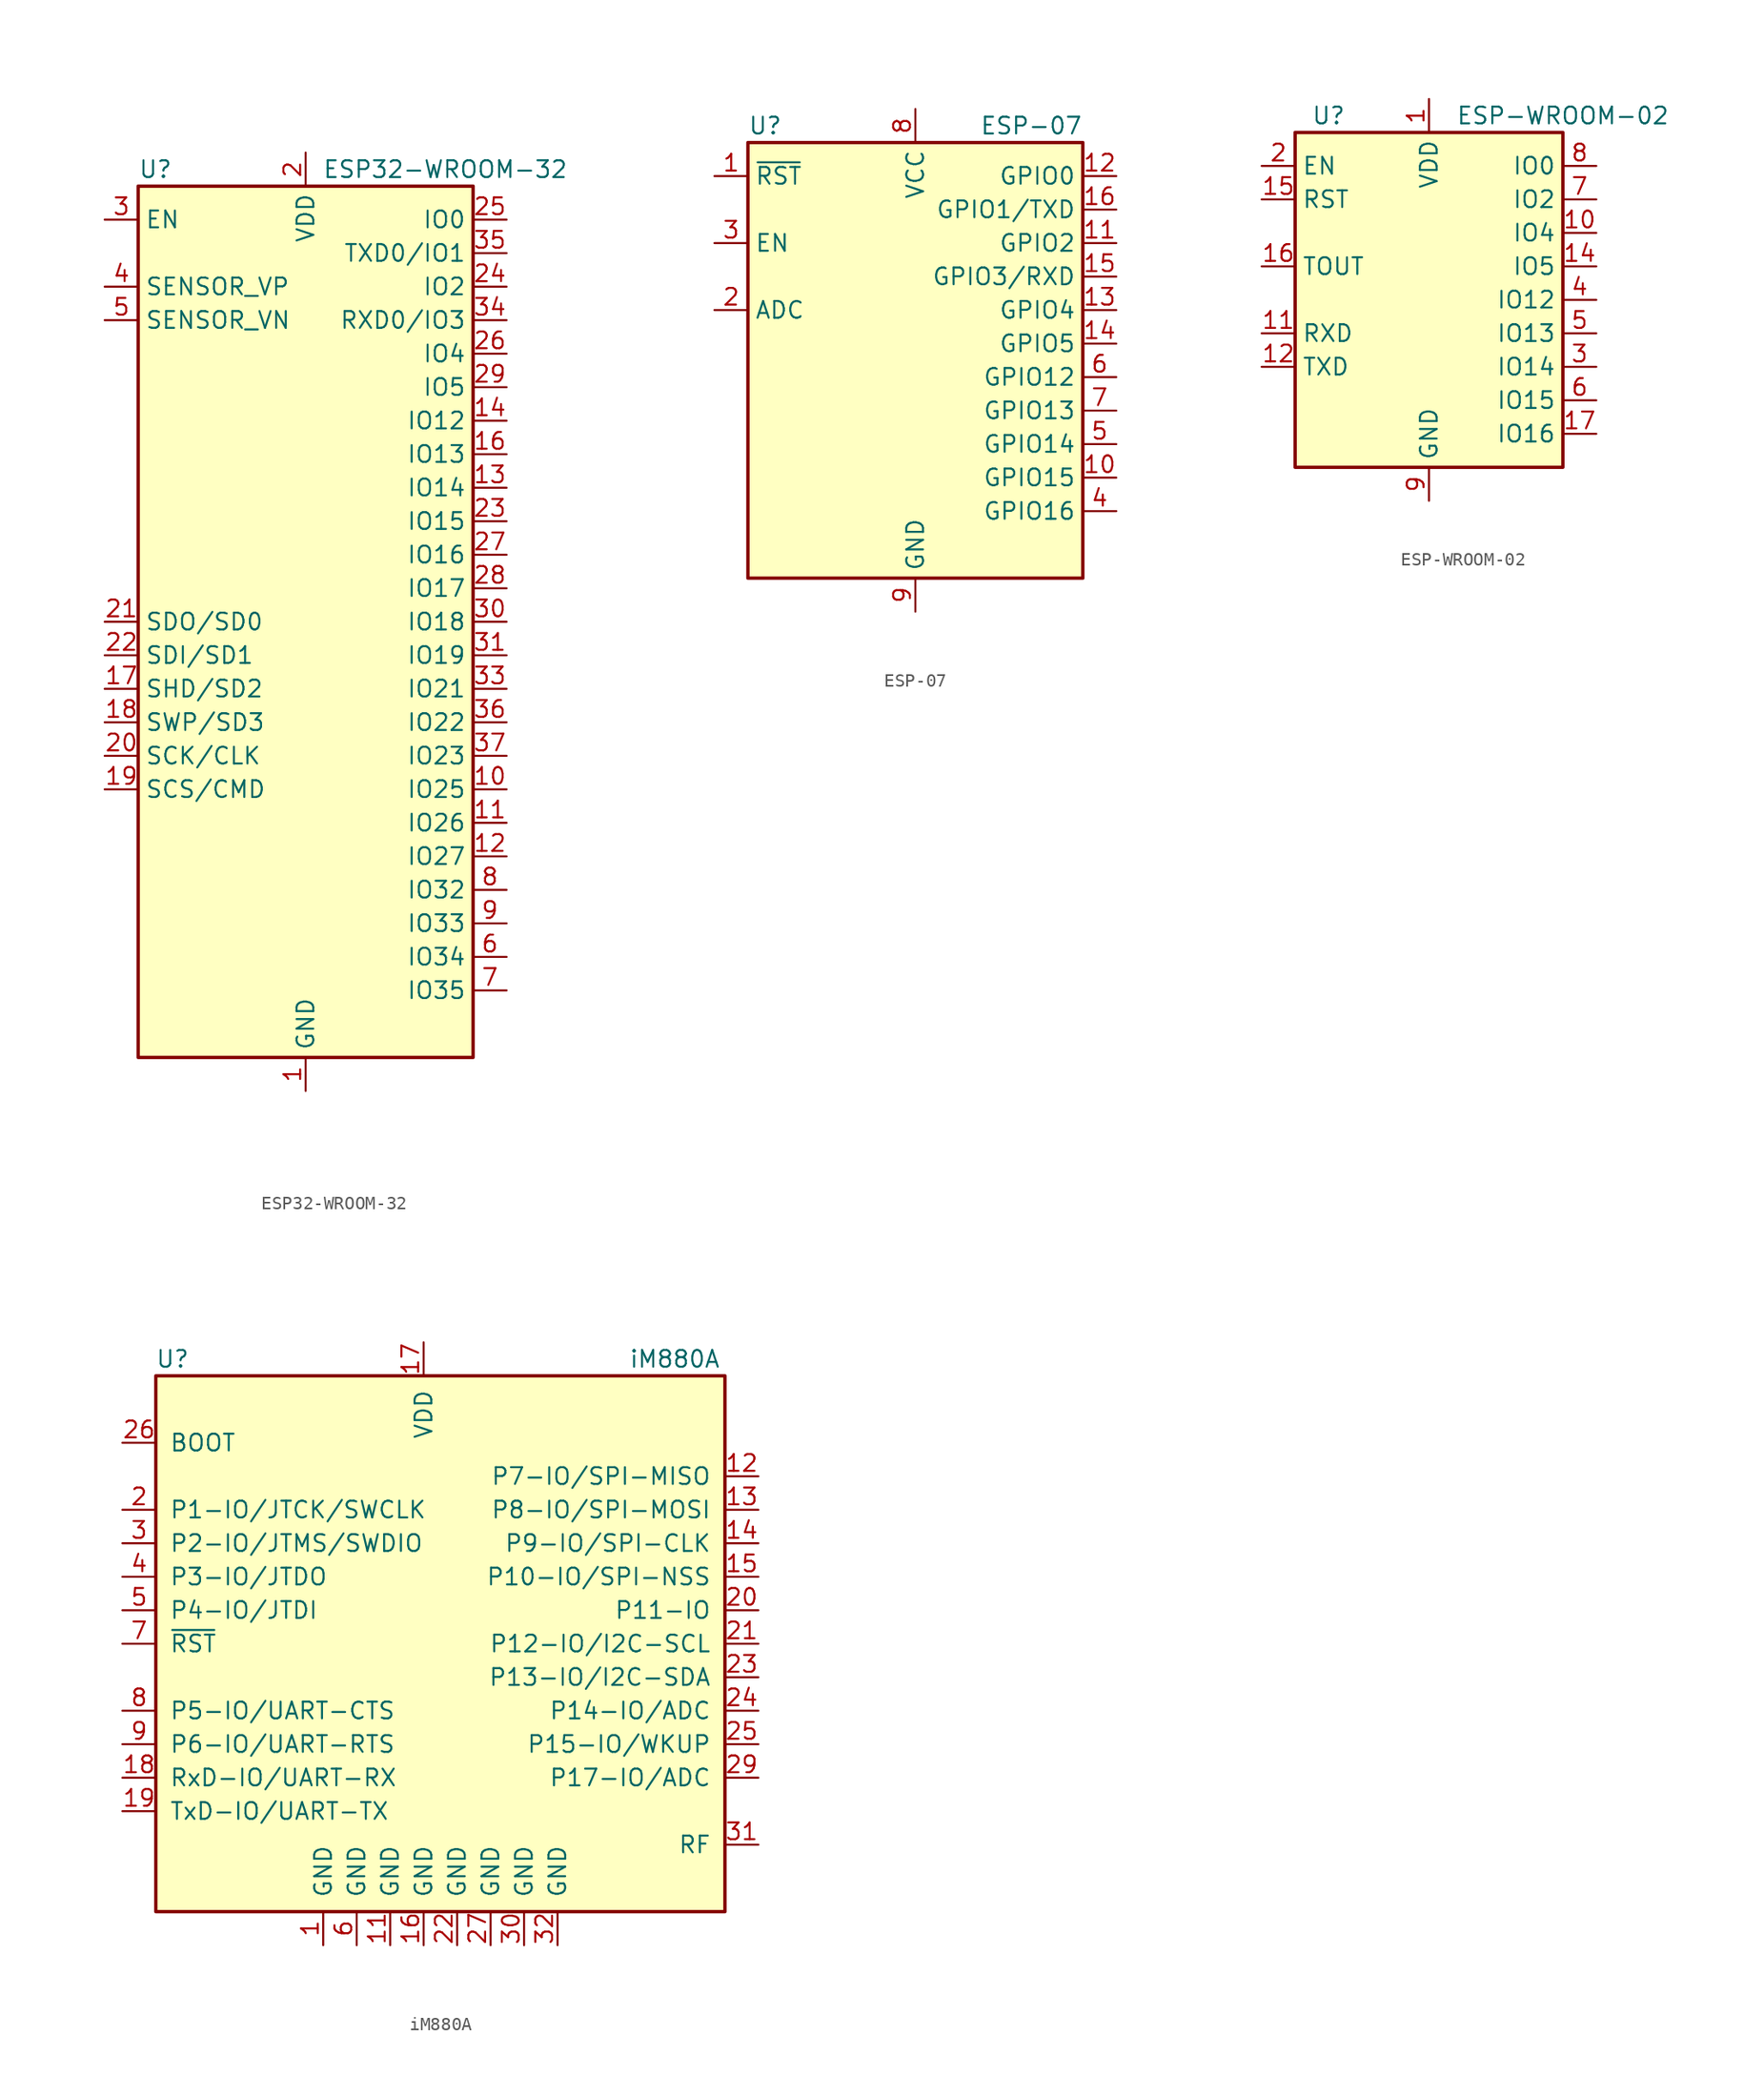
<source format=kicad_sym>
(kicad_symbol_lib
  (version 20201005)
  (generator kicad_symbol_editor)
  (symbol "ESP32-WROOM-32"
    (property "Reference" "U"
      (at -12.7 34.29 0)
      (effects (font (size 1.27 1.27)) (justify left)))
    (property "Value" "ESP32-WROOM-32"
      (at 1.27 34.29 0)
      (effects (font (size 1.27 1.27)) (justify left)))
    (symbol "ESP32-WROOM-32_0_1"
      (rectangle (start -12.7 33.02) (end 12.7 -33.02) (stroke (width 0.254)) (fill (type background))))
    (symbol "ESP32-WROOM-32_1_1"
      (pin power_in line (at 0 -35.56 90) (length 2.54) (name "GND" (effects (font (size 1.27 1.27)))) (number "1" (effects (font (size 1.27 1.27)))))
      (pin bidirectional line (at 15.24 -12.7 180) (length 2.54) (name "IO25" (effects (font (size 1.27 1.27)))) (number "10" (effects (font (size 1.27 1.27)))))
      (pin bidirectional line (at 15.24 -15.24 180) (length 2.54) (name "IO26" (effects (font (size 1.27 1.27)))) (number "11" (effects (font (size 1.27 1.27)))))
      (pin bidirectional line (at 15.24 -17.78 180) (length 2.54) (name "IO27" (effects (font (size 1.27 1.27)))) (number "12" (effects (font (size 1.27 1.27)))))
      (pin bidirectional line (at 15.24 10.16 180) (length 2.54) (name "IO14" (effects (font (size 1.27 1.27)))) (number "13" (effects (font (size 1.27 1.27)))))
      (pin bidirectional line (at 15.24 15.24 180) (length 2.54) (name "IO12" (effects (font (size 1.27 1.27)))) (number "14" (effects (font (size 1.27 1.27)))))
      (pin passive line (at 0 -35.56 90) (length 2.54) hide (name "GND" (effects (font (size 1.27 1.27)))) (number "15" (effects (font (size 1.27 1.27)))))
      (pin bidirectional line (at 15.24 12.7 180) (length 2.54) (name "IO13" (effects (font (size 1.27 1.27)))) (number "16" (effects (font (size 1.27 1.27)))))
      (pin bidirectional line (at -15.24 -5.08 0) (length 2.54) (name "SHD/SD2" (effects (font (size 1.27 1.27)))) (number "17" (effects (font (size 1.27 1.27)))))
      (pin bidirectional line (at -15.24 -7.62 0) (length 2.54) (name "SWP/SD3" (effects (font (size 1.27 1.27)))) (number "18" (effects (font (size 1.27 1.27)))))
      (pin bidirectional line (at -15.24 -12.7 0) (length 2.54) (name "SCS/CMD" (effects (font (size 1.27 1.27)))) (number "19" (effects (font (size 1.27 1.27)))))
      (pin power_in line (at 0 35.56 270) (length 2.54) (name "VDD" (effects (font (size 1.27 1.27)))) (number "2" (effects (font (size 1.27 1.27)))))
      (pin bidirectional line (at -15.24 -10.16 0) (length 2.54) (name "SCK/CLK" (effects (font (size 1.27 1.27)))) (number "20" (effects (font (size 1.27 1.27)))))
      (pin bidirectional line (at -15.24 0 0) (length 2.54) (name "SDO/SD0" (effects (font (size 1.27 1.27)))) (number "21" (effects (font (size 1.27 1.27)))))
      (pin bidirectional line (at -15.24 -2.54 0) (length 2.54) (name "SDI/SD1" (effects (font (size 1.27 1.27)))) (number "22" (effects (font (size 1.27 1.27)))))
      (pin bidirectional line (at 15.24 7.62 180) (length 2.54) (name "IO15" (effects (font (size 1.27 1.27)))) (number "23" (effects (font (size 1.27 1.27)))))
      (pin bidirectional line (at 15.24 25.4 180) (length 2.54) (name "IO2" (effects (font (size 1.27 1.27)))) (number "24" (effects (font (size 1.27 1.27)))))
      (pin bidirectional line (at 15.24 30.48 180) (length 2.54) (name "IO0" (effects (font (size 1.27 1.27)))) (number "25" (effects (font (size 1.27 1.27)))))
      (pin bidirectional line (at 15.24 20.32 180) (length 2.54) (name "IO4" (effects (font (size 1.27 1.27)))) (number "26" (effects (font (size 1.27 1.27)))))
      (pin bidirectional line (at 15.24 5.08 180) (length 2.54) (name "IO16" (effects (font (size 1.27 1.27)))) (number "27" (effects (font (size 1.27 1.27)))))
      (pin bidirectional line (at 15.24 2.54 180) (length 2.54) (name "IO17" (effects (font (size 1.27 1.27)))) (number "28" (effects (font (size 1.27 1.27)))))
      (pin bidirectional line (at 15.24 17.78 180) (length 2.54) (name "IO5" (effects (font (size 1.27 1.27)))) (number "29" (effects (font (size 1.27 1.27)))))
      (pin input line (at -15.24 30.48 0) (length 2.54) (name "EN" (effects (font (size 1.27 1.27)))) (number "3" (effects (font (size 1.27 1.27)))))
      (pin bidirectional line (at 15.24 0 180) (length 2.54) (name "IO18" (effects (font (size 1.27 1.27)))) (number "30" (effects (font (size 1.27 1.27)))))
      (pin bidirectional line (at 15.24 -2.54 180) (length 2.54) (name "IO19" (effects (font (size 1.27 1.27)))) (number "31" (effects (font (size 1.27 1.27)))))
      (pin no_connect line (at -12.7 -27.94 0) (length 2.54) hide (name "NC" (effects (font (size 1.27 1.27)))) (number "32" (effects (font (size 1.27 1.27)))))
      (pin bidirectional line (at 15.24 -5.08 180) (length 2.54) (name "IO21" (effects (font (size 1.27 1.27)))) (number "33" (effects (font (size 1.27 1.27)))))
      (pin bidirectional line (at 15.24 22.86 180) (length 2.54) (name "RXD0/IO3" (effects (font (size 1.27 1.27)))) (number "34" (effects (font (size 1.27 1.27)))))
      (pin bidirectional line (at 15.24 27.94 180) (length 2.54) (name "TXD0/IO1" (effects (font (size 1.27 1.27)))) (number "35" (effects (font (size 1.27 1.27)))))
      (pin bidirectional line (at 15.24 -7.62 180) (length 2.54) (name "IO22" (effects (font (size 1.27 1.27)))) (number "36" (effects (font (size 1.27 1.27)))))
      (pin bidirectional line (at 15.24 -10.16 180) (length 2.54) (name "IO23" (effects (font (size 1.27 1.27)))) (number "37" (effects (font (size 1.27 1.27)))))
      (pin passive line (at 0 -35.56 90) (length 2.54) hide (name "GND" (effects (font (size 1.27 1.27)))) (number "38" (effects (font (size 1.27 1.27)))))
      (pin input line (at -15.24 25.4 0) (length 2.54) (name "SENSOR_VP" (effects (font (size 1.27 1.27)))) (number "4" (effects (font (size 1.27 1.27)))))
      (pin input line (at -15.24 22.86 0) (length 2.54) (name "SENSOR_VN" (effects (font (size 1.27 1.27)))) (number "5" (effects (font (size 1.27 1.27)))))
      (pin input line (at 15.24 -25.4 180) (length 2.54) (name "IO34" (effects (font (size 1.27 1.27)))) (number "6" (effects (font (size 1.27 1.27)))))
      (pin input line (at 15.24 -27.94 180) (length 2.54) (name "IO35" (effects (font (size 1.27 1.27)))) (number "7" (effects (font (size 1.27 1.27)))))
      (pin bidirectional line (at 15.24 -20.32 180) (length 2.54) (name "IO32" (effects (font (size 1.27 1.27)))) (number "8" (effects (font (size 1.27 1.27)))))
      (pin bidirectional line (at 15.24 -22.86 180) (length 2.54) (name "IO33" (effects (font (size 1.27 1.27)))) (number "9" (effects (font (size 1.27 1.27)))))))
  (symbol "ESP-07"
    (property "Reference" "U"
      (at -12.7 19.05 0)
      (effects (font (size 1.27 1.27)) (justify left)))
    (property "Value" "ESP-07"
      (at 12.7 19.05 0)
      (effects (font (size 1.27 1.27)) (justify right)))
    (symbol "ESP-07_0_1"
      (rectangle (start -12.7 17.78) (end 12.7 -15.24) (stroke (width 0.254)) (fill (type background))))
    (symbol "ESP-07_1_1"
      (pin input line (at -15.24 15.24 0) (length 2.54) (name "~RST" (effects (font (size 1.27 1.27)))) (number "1" (effects (font (size 1.27 1.27)))))
      (pin bidirectional line (at 15.24 -7.62 180) (length 2.54) (name "GPIO15" (effects (font (size 1.27 1.27)))) (number "10" (effects (font (size 1.27 1.27)))))
      (pin bidirectional line (at 15.24 10.16 180) (length 2.54) (name "GPIO2" (effects (font (size 1.27 1.27)))) (number "11" (effects (font (size 1.27 1.27)))))
      (pin bidirectional line (at 15.24 15.24 180) (length 2.54) (name "GPIO0" (effects (font (size 1.27 1.27)))) (number "12" (effects (font (size 1.27 1.27)))))
      (pin bidirectional line (at 15.24 5.08 180) (length 2.54) (name "GPIO4" (effects (font (size 1.27 1.27)))) (number "13" (effects (font (size 1.27 1.27)))))
      (pin bidirectional line (at 15.24 2.54 180) (length 2.54) (name "GPIO5" (effects (font (size 1.27 1.27)))) (number "14" (effects (font (size 1.27 1.27)))))
      (pin bidirectional line (at 15.24 7.62 180) (length 2.54) (name "GPIO3/RXD" (effects (font (size 1.27 1.27)))) (number "15" (effects (font (size 1.27 1.27)))))
      (pin bidirectional line (at 15.24 12.7 180) (length 2.54) (name "GPIO1/TXD" (effects (font (size 1.27 1.27)))) (number "16" (effects (font (size 1.27 1.27)))))
      (pin input line (at -15.24 5.08 0) (length 2.54) (name "ADC" (effects (font (size 1.27 1.27)))) (number "2" (effects (font (size 1.27 1.27)))))
      (pin input line (at -15.24 10.16 0) (length 2.54) (name "EN" (effects (font (size 1.27 1.27)))) (number "3" (effects (font (size 1.27 1.27)))))
      (pin bidirectional line (at 15.24 -10.16 180) (length 2.54) (name "GPIO16" (effects (font (size 1.27 1.27)))) (number "4" (effects (font (size 1.27 1.27)))))
      (pin bidirectional line (at 15.24 -5.08 180) (length 2.54) (name "GPIO14" (effects (font (size 1.27 1.27)))) (number "5" (effects (font (size 1.27 1.27)))))
      (pin bidirectional line (at 15.24 0 180) (length 2.54) (name "GPIO12" (effects (font (size 1.27 1.27)))) (number "6" (effects (font (size 1.27 1.27)))))
      (pin bidirectional line (at 15.24 -2.54 180) (length 2.54) (name "GPIO13" (effects (font (size 1.27 1.27)))) (number "7" (effects (font (size 1.27 1.27)))))
      (pin power_in line (at 0 20.32 270) (length 2.54) (name "VCC" (effects (font (size 1.27 1.27)))) (number "8" (effects (font (size 1.27 1.27)))))
      (pin power_in line (at 0 -17.78 90) (length 2.54) (name "GND" (effects (font (size 1.27 1.27)))) (number "9" (effects (font (size 1.27 1.27)))))))
  (symbol "ESP-WROOM-02"
    (property "Reference" "U"
      (at -7.62 13.97 0)
      (effects (font (size 1.27 1.27))))
    (property "Value" "ESP-WROOM-02"
      (at 10.16 13.97 0)
      (effects (font (size 1.27 1.27))))
    (symbol "ESP-WROOM-02_0_1"
      (rectangle (start 10.16 12.7) (end -10.16 -12.7) (stroke (width 0.254)) (fill (type background))))
    (symbol "ESP-WROOM-02_1_1"
      (pin power_in line (at 0 15.24 270) (length 2.54) (name "VDD" (effects (font (size 1.27 1.27)))) (number "1" (effects (font (size 1.27 1.27)))))
      (pin bidirectional line (at 12.7 5.08 180) (length 2.54) (name "IO4" (effects (font (size 1.27 1.27)))) (number "10" (effects (font (size 1.27 1.27)))))
      (pin bidirectional line (at -12.7 -2.54 0) (length 2.54) (name "RXD" (effects (font (size 1.27 1.27)))) (number "11" (effects (font (size 1.27 1.27)))))
      (pin bidirectional line (at -12.7 -5.08 0) (length 2.54) (name "TXD" (effects (font (size 1.27 1.27)))) (number "12" (effects (font (size 1.27 1.27)))))
      (pin passive line (at 0 -15.24 90) (length 2.54) hide (name "GND" (effects (font (size 1.27 1.27)))) (number "13" (effects (font (size 1.27 1.27)))))
      (pin bidirectional line (at 12.7 2.54 180) (length 2.54) (name "IO5" (effects (font (size 1.27 1.27)))) (number "14" (effects (font (size 1.27 1.27)))))
      (pin input line (at -12.7 7.62 0) (length 2.54) (name "RST" (effects (font (size 1.27 1.27)))) (number "15" (effects (font (size 1.27 1.27)))))
      (pin input line (at -12.7 2.54 0) (length 2.54) (name "TOUT" (effects (font (size 1.27 1.27)))) (number "16" (effects (font (size 1.27 1.27)))))
      (pin bidirectional line (at 12.7 -10.16 180) (length 2.54) (name "IO16" (effects (font (size 1.27 1.27)))) (number "17" (effects (font (size 1.27 1.27)))))
      (pin passive line (at 0 -15.24 90) (length 2.54) hide (name "GND" (effects (font (size 1.27 1.27)))) (number "18" (effects (font (size 1.27 1.27)))))
      (pin passive line (at 0 -15.24 90) (length 2.54) hide (name "GND" (effects (font (size 1.27 1.27)))) (number "19" (effects (font (size 1.27 1.27)))))
      (pin input line (at -12.7 10.16 0) (length 2.54) (name "EN" (effects (font (size 1.27 1.27)))) (number "2" (effects (font (size 1.27 1.27)))))
      (pin bidirectional line (at 12.7 -5.08 180) (length 2.54) (name "IO14" (effects (font (size 1.27 1.27)))) (number "3" (effects (font (size 1.27 1.27)))))
      (pin bidirectional line (at 12.7 0 180) (length 2.54) (name "IO12" (effects (font (size 1.27 1.27)))) (number "4" (effects (font (size 1.27 1.27)))))
      (pin bidirectional line (at 12.7 -2.54 180) (length 2.54) (name "IO13" (effects (font (size 1.27 1.27)))) (number "5" (effects (font (size 1.27 1.27)))))
      (pin bidirectional line (at 12.7 -7.62 180) (length 2.54) (name "IO15" (effects (font (size 1.27 1.27)))) (number "6" (effects (font (size 1.27 1.27)))))
      (pin bidirectional line (at 12.7 7.62 180) (length 2.54) (name "IO2" (effects (font (size 1.27 1.27)))) (number "7" (effects (font (size 1.27 1.27)))))
      (pin bidirectional line (at 12.7 10.16 180) (length 2.54) (name "IO0" (effects (font (size 1.27 1.27)))) (number "8" (effects (font (size 1.27 1.27)))))
      (pin power_in line (at 0 -15.24 90) (length 2.54) (name "GND" (effects (font (size 1.27 1.27)))) (number "9" (effects (font (size 1.27 1.27)))))))
  (symbol "iM880A"
    (pin_names
      (offset 1.016))
    (property "Reference" "U"
      (at -19.05 21.59 0)
      (effects (font (size 1.27 1.27))))
    (property "Value" "iM880A"
      (at 19.05 21.59 0)
      (effects (font (size 1.27 1.27))))
    (symbol "iM880A_0_1"
      (rectangle (start -20.32 20.32) (end 22.86 -20.32) (stroke (width 0.254)) (fill (type background))))
    (symbol "iM880A_1_1"
      (pin power_in line (at -7.62 -22.86 90) (length 2.54) (name "GND" (effects (font (size 1.27 1.27)))) (number "1" (effects (font (size 1.27 1.27)))))
      (pin no_connect line (at 5.08 22.86 270) (length 2.54) hide (name "NC" (effects (font (size 1.27 1.27)))) (number "10" (effects (font (size 1.27 1.27)))))
      (pin power_in line (at -2.54 -22.86 90) (length 2.54) (name "GND" (effects (font (size 1.27 1.27)))) (number "11" (effects (font (size 1.27 1.27)))))
      (pin bidirectional line (at 25.4 12.7 180) (length 2.54) (name "P7-IO/SPI-MISO" (effects (font (size 1.27 1.27)))) (number "12" (effects (font (size 1.27 1.27)))))
      (pin bidirectional line (at 25.4 10.16 180) (length 2.54) (name "P8-IO/SPI-MOSI" (effects (font (size 1.27 1.27)))) (number "13" (effects (font (size 1.27 1.27)))))
      (pin bidirectional line (at 25.4 7.62 180) (length 2.54) (name "P9-IO/SPI-CLK" (effects (font (size 1.27 1.27)))) (number "14" (effects (font (size 1.27 1.27)))))
      (pin bidirectional line (at 25.4 5.08 180) (length 2.54) (name "P10-IO/SPI-NSS" (effects (font (size 1.27 1.27)))) (number "15" (effects (font (size 1.27 1.27)))))
      (pin power_in line (at 0 -22.86 90) (length 2.54) (name "GND" (effects (font (size 1.27 1.27)))) (number "16" (effects (font (size 1.27 1.27)))))
      (pin power_in line (at 0 22.86 270) (length 2.54) (name "VDD" (effects (font (size 1.27 1.27)))) (number "17" (effects (font (size 1.27 1.27)))))
      (pin bidirectional line (at -22.86 -10.16 0) (length 2.54) (name "RxD-IO/UART-RX" (effects (font (size 1.27 1.27)))) (number "18" (effects (font (size 1.27 1.27)))))
      (pin bidirectional line (at -22.86 -12.7 0) (length 2.54) (name "TxD-IO/UART-TX" (effects (font (size 1.27 1.27)))) (number "19" (effects (font (size 1.27 1.27)))))
      (pin bidirectional line (at -22.86 10.16 0) (length 2.54) (name "P1-IO/JTCK/SWCLK" (effects (font (size 1.27 1.27)))) (number "2" (effects (font (size 1.27 1.27)))))
      (pin bidirectional line (at 25.4 2.54 180) (length 2.54) (name "P11-IO" (effects (font (size 1.27 1.27)))) (number "20" (effects (font (size 1.27 1.27)))))
      (pin bidirectional line (at 25.4 0 180) (length 2.54) (name "P12-IO/I2C-SCL" (effects (font (size 1.27 1.27)))) (number "21" (effects (font (size 1.27 1.27)))))
      (pin power_in line (at 2.54 -22.86 90) (length 2.54) (name "GND" (effects (font (size 1.27 1.27)))) (number "22" (effects (font (size 1.27 1.27)))))
      (pin bidirectional line (at 25.4 -2.54 180) (length 2.54) (name "P13-IO/I2C-SDA" (effects (font (size 1.27 1.27)))) (number "23" (effects (font (size 1.27 1.27)))))
      (pin bidirectional line (at 25.4 -5.08 180) (length 2.54) (name "P14-IO/ADC" (effects (font (size 1.27 1.27)))) (number "24" (effects (font (size 1.27 1.27)))))
      (pin bidirectional line (at 25.4 -7.62 180) (length 2.54) (name "P15-IO/WKUP" (effects (font (size 1.27 1.27)))) (number "25" (effects (font (size 1.27 1.27)))))
      (pin input line (at -22.86 15.24 0) (length 2.54) (name "BOOT" (effects (font (size 1.27 1.27)))) (number "26" (effects (font (size 1.27 1.27)))))
      (pin power_in line (at 5.08 -22.86 90) (length 2.54) (name "GND" (effects (font (size 1.27 1.27)))) (number "27" (effects (font (size 1.27 1.27)))))
      (pin no_connect line (at 7.62 22.86 270) (length 2.54) hide (name "NC" (effects (font (size 1.27 1.27)))) (number "28" (effects (font (size 1.27 1.27)))))
      (pin bidirectional line (at 25.4 -10.16 180) (length 2.54) (name "P17-IO/ADC" (effects (font (size 1.27 1.27)))) (number "29" (effects (font (size 1.27 1.27)))))
      (pin bidirectional line (at -22.86 7.62 0) (length 2.54) (name "P2-IO/JTMS/SWDIO" (effects (font (size 1.27 1.27)))) (number "3" (effects (font (size 1.27 1.27)))))
      (pin power_in line (at 7.62 -22.86 90) (length 2.54) (name "GND" (effects (font (size 1.27 1.27)))) (number "30" (effects (font (size 1.27 1.27)))))
      (pin bidirectional line (at 25.4 -15.24 180) (length 2.54) (name "RF" (effects (font (size 1.27 1.27)))) (number "31" (effects (font (size 1.27 1.27)))))
      (pin power_in line (at 10.16 -22.86 90) (length 2.54) (name "GND" (effects (font (size 1.27 1.27)))) (number "32" (effects (font (size 1.27 1.27)))))
      (pin bidirectional line (at -22.86 5.08 0) (length 2.54) (name "P3-IO/JTDO" (effects (font (size 1.27 1.27)))) (number "4" (effects (font (size 1.27 1.27)))))
      (pin bidirectional line (at -22.86 2.54 0) (length 2.54) (name "P4-IO/JTDI" (effects (font (size 1.27 1.27)))) (number "5" (effects (font (size 1.27 1.27)))))
      (pin power_in line (at -5.08 -22.86 90) (length 2.54) (name "GND" (effects (font (size 1.27 1.27)))) (number "6" (effects (font (size 1.27 1.27)))))
      (pin input line (at -22.86 0 0) (length 2.54) (name "~RST" (effects (font (size 1.27 1.27)))) (number "7" (effects (font (size 1.27 1.27)))))
      (pin bidirectional line (at -22.86 -5.08 0) (length 2.54) (name "P5-IO/UART-CTS" (effects (font (size 1.27 1.27)))) (number "8" (effects (font (size 1.27 1.27)))))
      (pin bidirectional line (at -22.86 -7.62 0) (length 2.54) (name "P6-IO/UART-RTS" (effects (font (size 1.27 1.27)))) (number "9" (effects (font (size 1.27 1.27))))))))
</source>
